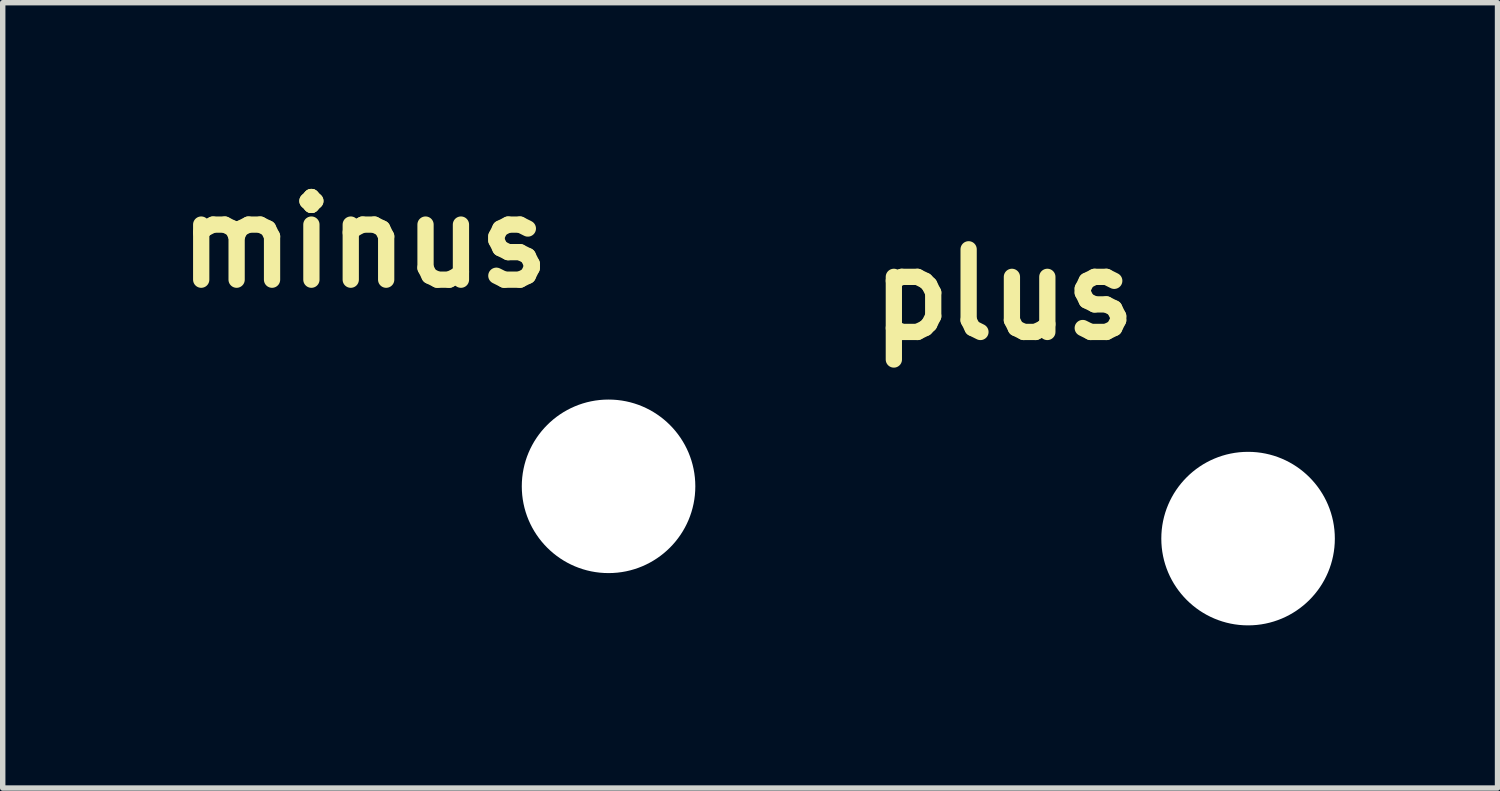
<source format=kicad_pcb>
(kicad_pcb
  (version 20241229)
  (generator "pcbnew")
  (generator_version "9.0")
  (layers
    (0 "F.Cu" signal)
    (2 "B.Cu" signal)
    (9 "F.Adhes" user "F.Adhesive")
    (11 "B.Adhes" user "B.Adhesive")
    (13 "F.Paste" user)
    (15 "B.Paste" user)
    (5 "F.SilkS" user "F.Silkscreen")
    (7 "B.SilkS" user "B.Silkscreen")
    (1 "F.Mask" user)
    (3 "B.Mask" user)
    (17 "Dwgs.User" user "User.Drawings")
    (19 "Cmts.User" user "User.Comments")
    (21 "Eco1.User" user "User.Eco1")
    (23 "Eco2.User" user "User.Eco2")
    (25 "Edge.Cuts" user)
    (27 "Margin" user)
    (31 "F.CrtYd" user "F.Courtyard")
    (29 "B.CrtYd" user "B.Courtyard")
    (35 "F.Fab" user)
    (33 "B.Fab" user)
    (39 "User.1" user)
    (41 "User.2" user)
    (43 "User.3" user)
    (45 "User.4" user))
  (footprint "minus"
    (layer "F.Cu")
    (at 8.172 5.918)
    (property "Reference" "minus" (at -4.5 -4.5 0) (layer "F.SilkS") (effects (font (size 1.524 1.524) (thickness 0.3))))
    (attr through_hole)
    (fp_poly (pts (xy -2.244 -4.698) (xy -2.2 -4.666) (xy -2.161 -4.624) (xy -2.142 -4.593) (xy -2.132 -4.568) (xy -2.127 -4.536) (xy -2.126 -4.496) (xy -2.128 -4.452) (xy -2.133 -4.42) (xy -2.142 -4.398) (xy -2.173 -4.353) (xy -2.215 -4.313) (xy -2.244 -4.294) (xy -2.278 -4.276) (xy -4.483 -4.274) (xy -4.716 -4.274) (xy -4.932 -4.274) (xy -5.133 -4.274) (xy -5.319 -4.273) (xy -5.489 -4.273) (xy -5.646 -4.273) (xy -5.79 -4.274) (xy -5.92 -4.274) (xy -6.038 -4.274) (xy -6.145 -4.274) (xy -6.24 -4.274) (xy -6.324 -4.275) (xy -6.399 -4.275) (xy -6.464 -4.276) (xy -6.52 -4.276) (xy -6.568 -4.277) (xy -6.609 -4.278) (xy -6.642 -4.278) (xy -6.668 -4.279) (xy -6.689 -4.28) (xy -6.704 -4.281) (xy -6.714 -4.282) (xy -6.72 -4.284) (xy -6.721 -4.284) (xy -6.774 -4.311) (xy -6.817 -4.351) (xy -6.848 -4.4) (xy -6.865 -4.456) (xy -6.868 -4.518) (xy -6.854 -4.577) (xy -6.826 -4.629) (xy -6.783 -4.673) (xy -6.741 -4.701) (xy -6.737 -4.702) (xy -6.733 -4.704) (xy -6.726 -4.705) (xy -6.716 -4.706) (xy -6.704 -4.708) (xy -6.688 -4.709) (xy -6.667 -4.71) (xy -6.641 -4.71) (xy -6.61 -4.711) (xy -6.572 -4.712) (xy -6.528 -4.712) (xy -6.476 -4.713) (xy -6.416 -4.714) (xy -6.348 -4.714) (xy -6.27 -4.714) (xy -6.182 -4.715) (xy -6.084 -4.715) (xy -5.975 -4.715) (xy -5.854 -4.715) (xy -5.72 -4.715) (xy -5.574 -4.716) (xy -5.414 -4.716) (xy -5.24 -4.716) (xy -5.051 -4.716) (xy -4.847 -4.716) (xy -4.627 -4.716) (xy -4.496 -4.716) (xy -2.278 -4.716) (xy -2.244 -4.698)) (stroke (width 0.01) (type solid)) (fill yes) (layer "F.Mask"))
    (fp_poly (pts (xy -2.244 -4.698) (xy -2.2 -4.666) (xy -2.161 -4.624) (xy -2.142 -4.593) (xy -2.132 -4.568) (xy -2.127 -4.536) (xy -2.126 -4.496) (xy -2.128 -4.452) (xy -2.133 -4.42) (xy -2.142 -4.398) (xy -2.173 -4.353) (xy -2.215 -4.313) (xy -2.244 -4.294) (xy -2.278 -4.276) (xy -4.483 -4.274) (xy -4.716 -4.274) (xy -4.932 -4.274) (xy -5.133 -4.274) (xy -5.319 -4.273) (xy -5.489 -4.273) (xy -5.646 -4.273) (xy -5.79 -4.274) (xy -5.92 -4.274) (xy -6.038 -4.274) (xy -6.145 -4.274) (xy -6.24 -4.274) (xy -6.324 -4.275) (xy -6.399 -4.275) (xy -6.464 -4.276) (xy -6.52 -4.276) (xy -6.568 -4.277) (xy -6.609 -4.278) (xy -6.642 -4.278) (xy -6.668 -4.279) (xy -6.689 -4.28) (xy -6.704 -4.281) (xy -6.714 -4.282) (xy -6.72 -4.284) (xy -6.721 -4.284) (xy -6.774 -4.311) (xy -6.817 -4.351) (xy -6.848 -4.4) (xy -6.865 -4.456) (xy -6.868 -4.518) (xy -6.854 -4.577) (xy -6.826 -4.629) (xy -6.783 -4.673) (xy -6.741 -4.701) (xy -6.737 -4.702) (xy -6.733 -4.704) (xy -6.726 -4.705) (xy -6.716 -4.706) (xy -6.704 -4.708) (xy -6.688 -4.709) (xy -6.667 -4.71) (xy -6.641 -4.71) (xy -6.61 -4.711) (xy -6.572 -4.712) (xy -6.528 -4.712) (xy -6.476 -4.713) (xy -6.416 -4.714) (xy -6.348 -4.714) (xy -6.27 -4.714) (xy -6.182 -4.715) (xy -6.084 -4.715) (xy -5.975 -4.715) (xy -5.854 -4.715) (xy -5.72 -4.715) (xy -5.574 -4.716) (xy -5.414 -4.716) (xy -5.24 -4.716) (xy -5.051 -4.716) (xy -4.847 -4.716) (xy -4.627 -4.716) (xy -4.496 -4.716) (xy -2.278 -4.716) (xy -2.244 -4.698)) (stroke (width 0.01) (type solid)) (fill yes) (layer "B.Mask"))
    (pad "" np_thru_hole circle (at 0 0) (size 3.2 3.2) (drill 3.2) (layers "*.Cu" "*.Mask")))
  (footprint "plus"
    (layer "F.Cu")
    (at 19.965 6.882)
    (property "Reference" "plus" (at -4.5 -4.5 0) (layer "F.SilkS") (effects (font (size 1.524 1.524) (thickness 0.3))))
    (attr through_hole)
    (fp_poly (pts (xy -4.405 -6.873) (xy -4.332 -6.854) (xy -4.267 -6.82) (xy -4.209 -6.772) (xy -4.16 -6.711) (xy -4.123 -6.641) (xy -4.12 -6.635) (xy -4.118 -6.627) (xy -4.116 -6.617) (xy -4.114 -6.604) (xy -4.112 -6.588) (xy -4.111 -6.566) (xy -4.11 -6.538) (xy -4.109 -6.503) (xy -4.108 -6.46) (xy -4.107 -6.407) (xy -4.107 -6.345) (xy -4.106 -6.271) (xy -4.106 -6.186) (xy -4.105 -6.087) (xy -4.105 -5.974) (xy -4.104 -5.845) (xy -4.104 -5.747) (xy -4.102 -4.89) (xy -2.388 -4.885) (xy -2.342 -4.865) (xy -2.272 -4.827) (xy -2.213 -4.778) (xy -2.167 -4.719) (xy -2.135 -4.652) (xy -2.117 -4.579) (xy -2.115 -4.509) (xy -2.127 -4.437) (xy -2.155 -4.368) (xy -2.196 -4.306) (xy -2.248 -4.254) (xy -2.31 -4.213) (xy -2.316 -4.21) (xy -2.371 -4.183) (xy -3.237 -4.18) (xy -4.102 -4.178) (xy -4.104 -3.283) (xy -4.104 -3.139) (xy -4.105 -3.01) (xy -4.105 -2.896) (xy -4.105 -2.796) (xy -4.106 -2.709) (xy -4.106 -2.634) (xy -4.107 -2.57) (xy -4.109 -2.515) (xy -4.11 -2.47) (xy -4.112 -2.432) (xy -4.115 -2.401) (xy -4.118 -2.376) (xy -4.122 -2.355) (xy -4.126 -2.339) (xy -4.132 -2.325) (xy -4.138 -2.313) (xy -4.145 -2.301) (xy -4.153 -2.29) (xy -4.162 -2.277) (xy -4.169 -2.266) (xy -4.212 -2.215) (xy -4.267 -2.172) (xy -4.329 -2.14) (xy -4.396 -2.12) (xy -4.465 -2.113) (xy -4.532 -2.12) (xy -4.564 -2.128) (xy -4.635 -2.161) (xy -4.697 -2.206) (xy -4.749 -2.262) (xy -4.786 -2.323) (xy -4.809 -2.371) (xy -4.813 -3.273) (xy -4.817 -4.174) (xy -5.719 -4.178) (xy -6.62 -4.183) (xy -6.676 -4.21) (xy -6.739 -4.25) (xy -6.792 -4.301) (xy -6.834 -4.363) (xy -6.862 -4.431) (xy -6.876 -4.503) (xy -6.877 -4.509) (xy -6.873 -4.587) (xy -6.854 -4.659) (xy -6.82 -4.725) (xy -6.772 -4.783) (xy -6.711 -4.832) (xy -6.641 -4.869) (xy -6.635 -4.871) (xy -6.627 -4.874) (xy -6.618 -4.876) (xy -6.605 -4.878) (xy -6.589 -4.879) (xy -6.567 -4.881) (xy -6.54 -4.882) (xy -6.506 -4.883) (xy -6.463 -4.884) (xy -6.412 -4.884) (xy -6.351 -4.885) (xy -6.279 -4.885) (xy -6.195 -4.886) (xy -6.099 -4.886) (xy -5.988 -4.887) (xy -5.863 -4.887) (xy -5.721 -4.887) (xy -5.708 -4.887) (xy -4.813 -4.89) (xy -4.811 -5.755) (xy -4.809 -6.62) (xy -4.782 -6.676) (xy -4.742 -6.739) (xy -4.69 -6.792) (xy -4.629 -6.834) (xy -4.561 -6.862) (xy -4.489 -6.876) (xy -4.482 -6.877) (xy -4.405 -6.873)) (stroke (width 0.01) (type solid)) (fill yes) (layer "F.Mask"))
    (fp_poly (pts (xy -4.405 -6.873) (xy -4.332 -6.854) (xy -4.267 -6.82) (xy -4.209 -6.772) (xy -4.16 -6.711) (xy -4.123 -6.641) (xy -4.12 -6.635) (xy -4.118 -6.627) (xy -4.116 -6.617) (xy -4.114 -6.604) (xy -4.112 -6.588) (xy -4.111 -6.566) (xy -4.11 -6.538) (xy -4.109 -6.503) (xy -4.108 -6.46) (xy -4.107 -6.407) (xy -4.107 -6.345) (xy -4.106 -6.271) (xy -4.106 -6.186) (xy -4.105 -6.087) (xy -4.105 -5.974) (xy -4.104 -5.845) (xy -4.104 -5.747) (xy -4.102 -4.89) (xy -2.388 -4.885) (xy -2.342 -4.865) (xy -2.272 -4.827) (xy -2.213 -4.778) (xy -2.167 -4.719) (xy -2.135 -4.652) (xy -2.117 -4.579) (xy -2.115 -4.509) (xy -2.127 -4.437) (xy -2.155 -4.368) (xy -2.196 -4.306) (xy -2.248 -4.254) (xy -2.31 -4.213) (xy -2.316 -4.21) (xy -2.371 -4.183) (xy -3.237 -4.18) (xy -4.102 -4.178) (xy -4.104 -3.283) (xy -4.104 -3.139) (xy -4.105 -3.01) (xy -4.105 -2.896) (xy -4.105 -2.796) (xy -4.106 -2.709) (xy -4.106 -2.634) (xy -4.107 -2.57) (xy -4.109 -2.515) (xy -4.11 -2.47) (xy -4.112 -2.432) (xy -4.115 -2.401) (xy -4.118 -2.376) (xy -4.122 -2.355) (xy -4.126 -2.339) (xy -4.132 -2.325) (xy -4.138 -2.313) (xy -4.145 -2.301) (xy -4.153 -2.29) (xy -4.162 -2.277) (xy -4.169 -2.266) (xy -4.212 -2.215) (xy -4.267 -2.172) (xy -4.329 -2.14) (xy -4.396 -2.12) (xy -4.465 -2.113) (xy -4.532 -2.12) (xy -4.564 -2.128) (xy -4.635 -2.161) (xy -4.697 -2.206) (xy -4.749 -2.262) (xy -4.786 -2.323) (xy -4.809 -2.371) (xy -4.813 -3.273) (xy -4.817 -4.174) (xy -5.719 -4.178) (xy -6.62 -4.183) (xy -6.676 -4.21) (xy -6.739 -4.25) (xy -6.792 -4.301) (xy -6.834 -4.363) (xy -6.862 -4.431) (xy -6.876 -4.503) (xy -6.877 -4.509) (xy -6.873 -4.587) (xy -6.854 -4.659) (xy -6.82 -4.725) (xy -6.772 -4.783) (xy -6.711 -4.832) (xy -6.641 -4.869) (xy -6.635 -4.871) (xy -6.627 -4.874) (xy -6.618 -4.876) (xy -6.605 -4.878) (xy -6.589 -4.879) (xy -6.567 -4.881) (xy -6.54 -4.882) (xy -6.506 -4.883) (xy -6.463 -4.884) (xy -6.412 -4.884) (xy -6.351 -4.885) (xy -6.279 -4.885) (xy -6.195 -4.886) (xy -6.099 -4.886) (xy -5.988 -4.887) (xy -5.863 -4.887) (xy -5.721 -4.887) (xy -5.708 -4.887) (xy -4.813 -4.89) (xy -4.811 -5.755) (xy -4.809 -6.62) (xy -4.782 -6.676) (xy -4.742 -6.739) (xy -4.69 -6.792) (xy -4.629 -6.834) (xy -4.561 -6.862) (xy -4.489 -6.876) (xy -4.482 -6.877) (xy -4.405 -6.873)) (stroke (width 0.01) (type solid)) (fill yes) (layer "B.Mask"))
    (pad "" np_thru_hole circle (at 0 0) (size 3.2 3.2) (drill 3.2) (layers "*.Cu" "*.Mask")))
  (gr_rect
    (start -3 -3)
    (end 24.565 11.482)
    (stroke (width 0.1) (type default))
    (fill no)
    (layer "Edge.Cuts")))
</source>
